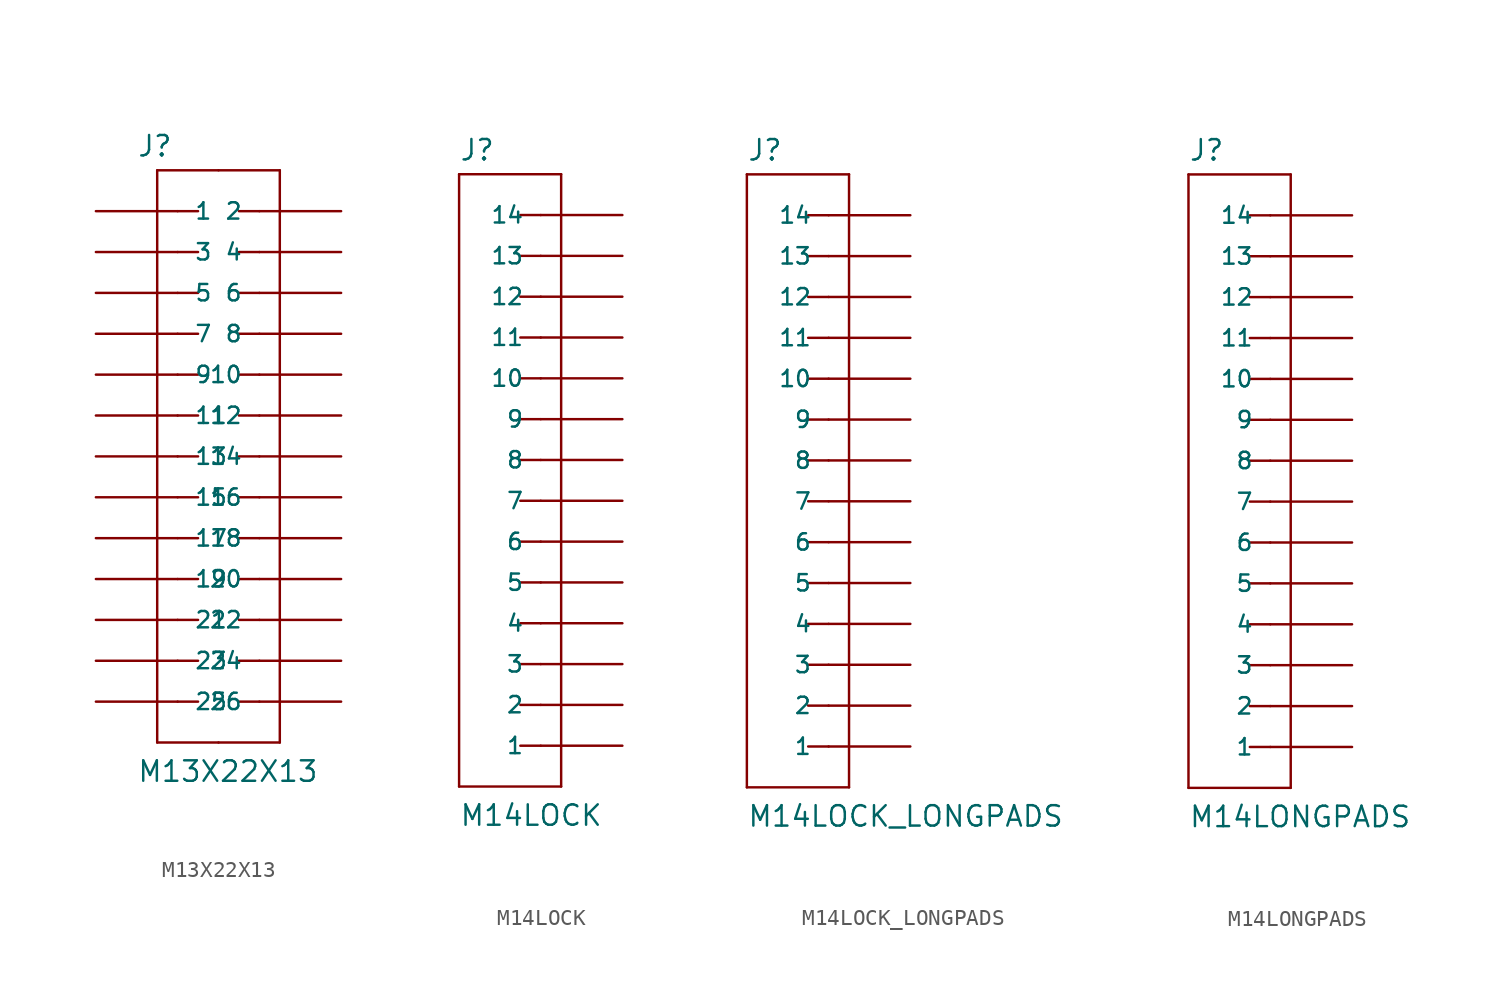
<source format=kicad_sym>
(kicad_symbol_lib
  (version 20211014)
  (generator kicad_symbol_editor)
  (symbol "M13X22X13"
    (pin_numbers hide)
    (pin_names
      (offset 1.016))
    (property "Reference" "J"
      (at -5.08 18.542 0)
      (effects (font (size 1.27 1.27)) (justify left bottom)))
    (property "Value" "M13X22X13"
      (at -5.08 -20.32 0)
      (effects (font (size 1.27 1.27)) (justify left bottom)))
    (property "Datasheet" ""
      (at 0 0 0)
      (effects (font (size 1.524 1.524))))
    (property "ki_locked" ""
      (at 0 0 0)
      (effects (font (size 1.27 1.27))))
    (symbol "M13X22X13_1_0"
      (polyline (pts (xy -3.81 17.78) (xy -3.81 -17.78)) (stroke (width 0) (type default) (color 0 0 0 0)) (fill (type none)))
      (polyline (pts (xy -3.81 17.78) (xy 0 17.78)) (stroke (width 0) (type default) (color 0 0 0 0)) (fill (type none)))
      (polyline (pts (xy -1.27 -15.24) (xy -2.54 -15.24)) (stroke (width 0) (type default) (color 0 0 0 0)) (fill (type none)))
      (polyline (pts (xy -1.27 -12.7) (xy -2.54 -12.7)) (stroke (width 0) (type default) (color 0 0 0 0)) (fill (type none)))
      (polyline (pts (xy -1.27 -10.16) (xy -2.54 -10.16)) (stroke (width 0) (type default) (color 0 0 0 0)) (fill (type none)))
      (polyline (pts (xy -1.27 -7.62) (xy -2.54 -7.62)) (stroke (width 0) (type default) (color 0 0 0 0)) (fill (type none)))
      (polyline (pts (xy -1.27 -5.08) (xy -2.54 -5.08)) (stroke (width 0) (type default) (color 0 0 0 0)) (fill (type none)))
      (polyline (pts (xy -1.27 -2.54) (xy -2.54 -2.54)) (stroke (width 0) (type default) (color 0 0 0 0)) (fill (type none)))
      (polyline (pts (xy -1.27 0) (xy -2.54 0)) (stroke (width 0) (type default) (color 0 0 0 0)) (fill (type none)))
      (polyline (pts (xy -1.27 2.54) (xy -2.54 2.54)) (stroke (width 0) (type default) (color 0 0 0 0)) (fill (type none)))
      (polyline (pts (xy -1.27 5.08) (xy -2.54 5.08)) (stroke (width 0) (type default) (color 0 0 0 0)) (fill (type none)))
      (polyline (pts (xy -1.27 7.62) (xy -2.54 7.62)) (stroke (width 0) (type default) (color 0 0 0 0)) (fill (type none)))
      (polyline (pts (xy -1.27 10.16) (xy -2.54 10.16)) (stroke (width 0) (type default) (color 0 0 0 0)) (fill (type none)))
      (polyline (pts (xy -1.27 12.7) (xy -2.54 12.7)) (stroke (width 0) (type default) (color 0 0 0 0)) (fill (type none)))
      (polyline (pts (xy -1.27 15.24) (xy -2.54 15.24)) (stroke (width 0) (type default) (color 0 0 0 0)) (fill (type none)))
      (polyline (pts (xy 0 -17.78) (xy -3.81 -17.78)) (stroke (width 0) (type default) (color 0 0 0 0)) (fill (type none)))
      (polyline (pts (xy 0 17.78) (xy 3.81 17.78)) (stroke (width 0) (type default) (color 0 0 0 0)) (fill (type none)))
      (polyline (pts (xy 1.27 -15.24) (xy 2.54 -15.24)) (stroke (width 0) (type default) (color 0 0 0 0)) (fill (type none)))
      (polyline (pts (xy 1.27 -12.7) (xy 2.54 -12.7)) (stroke (width 0) (type default) (color 0 0 0 0)) (fill (type none)))
      (polyline (pts (xy 1.27 -10.16) (xy 2.54 -10.16)) (stroke (width 0) (type default) (color 0 0 0 0)) (fill (type none)))
      (polyline (pts (xy 1.27 -7.62) (xy 2.54 -7.62)) (stroke (width 0) (type default) (color 0 0 0 0)) (fill (type none)))
      (polyline (pts (xy 1.27 -5.08) (xy 2.54 -5.08)) (stroke (width 0) (type default) (color 0 0 0 0)) (fill (type none)))
      (polyline (pts (xy 1.27 -2.54) (xy 2.54 -2.54)) (stroke (width 0) (type default) (color 0 0 0 0)) (fill (type none)))
      (polyline (pts (xy 1.27 0) (xy 2.54 0)) (stroke (width 0) (type default) (color 0 0 0 0)) (fill (type none)))
      (polyline (pts (xy 1.27 2.54) (xy 2.54 2.54)) (stroke (width 0) (type default) (color 0 0 0 0)) (fill (type none)))
      (polyline (pts (xy 1.27 5.08) (xy 2.54 5.08)) (stroke (width 0) (type default) (color 0 0 0 0)) (fill (type none)))
      (polyline (pts (xy 1.27 7.62) (xy 2.54 7.62)) (stroke (width 0) (type default) (color 0 0 0 0)) (fill (type none)))
      (polyline (pts (xy 1.27 10.16) (xy 2.54 10.16)) (stroke (width 0) (type default) (color 0 0 0 0)) (fill (type none)))
      (polyline (pts (xy 1.27 12.7) (xy 2.54 12.7)) (stroke (width 0) (type default) (color 0 0 0 0)) (fill (type none)))
      (polyline (pts (xy 1.27 15.24) (xy 2.54 15.24)) (stroke (width 0) (type default) (color 0 0 0 0)) (fill (type none)))
      (polyline (pts (xy 3.81 -17.78) (xy 0 -17.78)) (stroke (width 0) (type default) (color 0 0 0 0)) (fill (type none)))
      (polyline (pts (xy 3.81 -17.78) (xy 3.81 17.78)) (stroke (width 0) (type default) (color 0 0 0 0)) (fill (type none))))
    (symbol "M13X22X13_1_1"
      (pin passive line (at -7.62 15.24 0) (length 5.08) (name "1" (effects (font (size 1.016 1.016)))) (number "1" (effects (font (size 1.016 1.016)))))
      (pin passive line (at 7.62 5.08 180) (length 5.08) (name "10" (effects (font (size 1.016 1.016)))) (number "10" (effects (font (size 1.016 1.016)))))
      (pin passive line (at -7.62 2.54 0) (length 5.08) (name "11" (effects (font (size 1.016 1.016)))) (number "11" (effects (font (size 1.016 1.016)))))
      (pin passive line (at 7.62 2.54 180) (length 5.08) (name "12" (effects (font (size 1.016 1.016)))) (number "12" (effects (font (size 1.016 1.016)))))
      (pin passive line (at -7.62 0 0) (length 5.08) (name "13" (effects (font (size 1.016 1.016)))) (number "13" (effects (font (size 1.016 1.016)))))
      (pin passive line (at 7.62 0 180) (length 5.08) (name "14" (effects (font (size 1.016 1.016)))) (number "14" (effects (font (size 1.016 1.016)))))
      (pin passive line (at -7.62 -2.54 0) (length 5.08) (name "15" (effects (font (size 1.016 1.016)))) (number "15" (effects (font (size 1.016 1.016)))))
      (pin passive line (at 7.62 -2.54 180) (length 5.08) (name "16" (effects (font (size 1.016 1.016)))) (number "16" (effects (font (size 1.016 1.016)))))
      (pin passive line (at -7.62 -5.08 0) (length 5.08) (name "17" (effects (font (size 1.016 1.016)))) (number "17" (effects (font (size 1.016 1.016)))))
      (pin passive line (at 7.62 -5.08 180) (length 5.08) (name "18" (effects (font (size 1.016 1.016)))) (number "18" (effects (font (size 1.016 1.016)))))
      (pin passive line (at -7.62 -7.62 0) (length 5.08) (name "19" (effects (font (size 1.016 1.016)))) (number "19" (effects (font (size 1.016 1.016)))))
      (pin passive line (at 7.62 15.24 180) (length 5.08) (name "2" (effects (font (size 1.016 1.016)))) (number "2" (effects (font (size 1.016 1.016)))))
      (pin passive line (at 7.62 -7.62 180) (length 5.08) (name "20" (effects (font (size 1.016 1.016)))) (number "20" (effects (font (size 1.016 1.016)))))
      (pin passive line (at -7.62 -10.16 0) (length 5.08) (name "21" (effects (font (size 1.016 1.016)))) (number "21" (effects (font (size 1.016 1.016)))))
      (pin passive line (at 7.62 -10.16 180) (length 5.08) (name "22" (effects (font (size 1.016 1.016)))) (number "22" (effects (font (size 1.016 1.016)))))
      (pin passive line (at -7.62 -12.7 0) (length 5.08) (name "23" (effects (font (size 1.016 1.016)))) (number "23" (effects (font (size 1.016 1.016)))))
      (pin passive line (at 7.62 -12.7 180) (length 5.08) (name "24" (effects (font (size 1.016 1.016)))) (number "24" (effects (font (size 1.016 1.016)))))
      (pin passive line (at -7.62 -15.24 0) (length 5.08) (name "25" (effects (font (size 1.016 1.016)))) (number "25" (effects (font (size 1.016 1.016)))))
      (pin passive line (at 7.62 -15.24 180) (length 5.08) (name "26" (effects (font (size 1.016 1.016)))) (number "26" (effects (font (size 1.016 1.016)))))
      (pin passive line (at -7.62 12.7 0) (length 5.08) (name "3" (effects (font (size 1.016 1.016)))) (number "3" (effects (font (size 1.016 1.016)))))
      (pin passive line (at 7.62 12.7 180) (length 5.08) (name "4" (effects (font (size 1.016 1.016)))) (number "4" (effects (font (size 1.016 1.016)))))
      (pin passive line (at -7.62 10.16 0) (length 5.08) (name "5" (effects (font (size 1.016 1.016)))) (number "5" (effects (font (size 1.016 1.016)))))
      (pin passive line (at 7.62 10.16 180) (length 5.08) (name "6" (effects (font (size 1.016 1.016)))) (number "6" (effects (font (size 1.016 1.016)))))
      (pin passive line (at -7.62 7.62 0) (length 5.08) (name "7" (effects (font (size 1.016 1.016)))) (number "7" (effects (font (size 1.016 1.016)))))
      (pin passive line (at 7.62 7.62 180) (length 5.08) (name "8" (effects (font (size 1.016 1.016)))) (number "8" (effects (font (size 1.016 1.016)))))
      (pin passive line (at -7.62 5.08 0) (length 5.08) (name "9" (effects (font (size 1.016 1.016)))) (number "9" (effects (font (size 1.016 1.016)))))))
  (symbol "M14LOCK"
    (pin_numbers hide)
    (pin_names
      (offset 1.016))
    (property "Reference" "J"
      (at 0 18.542 0)
      (effects (font (size 1.27 1.27)) (justify left bottom)))
    (property "Value" "M14LOCK"
      (at 0 -22.86 0)
      (effects (font (size 1.27 1.27)) (justify left bottom)))
    (property "Datasheet" ""
      (at 0 0 0)
      (effects (font (size 1.524 1.524))))
    (property "ki_locked" ""
      (at 0 0 0)
      (effects (font (size 1.27 1.27))))
    (symbol "M14LOCK_1_0"
      (polyline (pts (xy 0 17.78) (xy 0 -20.32)) (stroke (width 0) (type default) (color 0 0 0 0)) (fill (type none)))
      (polyline (pts (xy 0 17.78) (xy 6.35 17.78)) (stroke (width 0) (type default) (color 0 0 0 0)) (fill (type none)))
      (polyline (pts (xy 3.81 -17.78) (xy 5.08 -17.78)) (stroke (width 0) (type default) (color 0 0 0 0)) (fill (type none)))
      (polyline (pts (xy 3.81 -15.24) (xy 5.08 -15.24)) (stroke (width 0) (type default) (color 0 0 0 0)) (fill (type none)))
      (polyline (pts (xy 3.81 -12.7) (xy 5.08 -12.7)) (stroke (width 0) (type default) (color 0 0 0 0)) (fill (type none)))
      (polyline (pts (xy 3.81 -10.16) (xy 5.08 -10.16)) (stroke (width 0) (type default) (color 0 0 0 0)) (fill (type none)))
      (polyline (pts (xy 3.81 -7.62) (xy 5.08 -7.62)) (stroke (width 0) (type default) (color 0 0 0 0)) (fill (type none)))
      (polyline (pts (xy 3.81 -5.08) (xy 5.08 -5.08)) (stroke (width 0) (type default) (color 0 0 0 0)) (fill (type none)))
      (polyline (pts (xy 3.81 -2.54) (xy 5.08 -2.54)) (stroke (width 0) (type default) (color 0 0 0 0)) (fill (type none)))
      (polyline (pts (xy 3.81 0) (xy 5.08 0)) (stroke (width 0) (type default) (color 0 0 0 0)) (fill (type none)))
      (polyline (pts (xy 3.81 2.54) (xy 5.08 2.54)) (stroke (width 0) (type default) (color 0 0 0 0)) (fill (type none)))
      (polyline (pts (xy 3.81 5.08) (xy 5.08 5.08)) (stroke (width 0) (type default) (color 0 0 0 0)) (fill (type none)))
      (polyline (pts (xy 3.81 7.62) (xy 5.08 7.62)) (stroke (width 0) (type default) (color 0 0 0 0)) (fill (type none)))
      (polyline (pts (xy 3.81 10.16) (xy 5.08 10.16)) (stroke (width 0) (type default) (color 0 0 0 0)) (fill (type none)))
      (polyline (pts (xy 3.81 12.7) (xy 5.08 12.7)) (stroke (width 0) (type default) (color 0 0 0 0)) (fill (type none)))
      (polyline (pts (xy 3.81 15.24) (xy 5.08 15.24)) (stroke (width 0) (type default) (color 0 0 0 0)) (fill (type none)))
      (polyline (pts (xy 6.35 -20.32) (xy 0 -20.32)) (stroke (width 0) (type default) (color 0 0 0 0)) (fill (type none)))
      (polyline (pts (xy 6.35 -20.32) (xy 6.35 17.78)) (stroke (width 0) (type default) (color 0 0 0 0)) (fill (type none))))
    (symbol "M14LOCK_1_1"
      (pin passive line (at 10.16 -17.78 180) (length 5.08) (name "1" (effects (font (size 1.016 1.016)))) (number "1" (effects (font (size 1.016 1.016)))))
      (pin passive line (at 10.16 5.08 180) (length 5.08) (name "10" (effects (font (size 1.016 1.016)))) (number "10" (effects (font (size 1.016 1.016)))))
      (pin passive line (at 10.16 7.62 180) (length 5.08) (name "11" (effects (font (size 1.016 1.016)))) (number "11" (effects (font (size 1.016 1.016)))))
      (pin passive line (at 10.16 10.16 180) (length 5.08) (name "12" (effects (font (size 1.016 1.016)))) (number "12" (effects (font (size 1.016 1.016)))))
      (pin passive line (at 10.16 12.7 180) (length 5.08) (name "13" (effects (font (size 1.016 1.016)))) (number "13" (effects (font (size 1.016 1.016)))))
      (pin passive line (at 10.16 15.24 180) (length 5.08) (name "14" (effects (font (size 1.016 1.016)))) (number "14" (effects (font (size 1.016 1.016)))))
      (pin passive line (at 10.16 -15.24 180) (length 5.08) (name "2" (effects (font (size 1.016 1.016)))) (number "2" (effects (font (size 1.016 1.016)))))
      (pin passive line (at 10.16 -12.7 180) (length 5.08) (name "3" (effects (font (size 1.016 1.016)))) (number "3" (effects (font (size 1.016 1.016)))))
      (pin passive line (at 10.16 -10.16 180) (length 5.08) (name "4" (effects (font (size 1.016 1.016)))) (number "4" (effects (font (size 1.016 1.016)))))
      (pin passive line (at 10.16 -7.62 180) (length 5.08) (name "5" (effects (font (size 1.016 1.016)))) (number "5" (effects (font (size 1.016 1.016)))))
      (pin passive line (at 10.16 -5.08 180) (length 5.08) (name "6" (effects (font (size 1.016 1.016)))) (number "6" (effects (font (size 1.016 1.016)))))
      (pin passive line (at 10.16 -2.54 180) (length 5.08) (name "7" (effects (font (size 1.016 1.016)))) (number "7" (effects (font (size 1.016 1.016)))))
      (pin passive line (at 10.16 0 180) (length 5.08) (name "8" (effects (font (size 1.016 1.016)))) (number "8" (effects (font (size 1.016 1.016)))))
      (pin passive line (at 10.16 2.54 180) (length 5.08) (name "9" (effects (font (size 1.016 1.016)))) (number "9" (effects (font (size 1.016 1.016)))))))
  (symbol "M14LOCK_LONGPADS"
    (pin_numbers hide)
    (pin_names
      (offset 1.016))
    (property "Reference" "J"
      (at 0 18.542 0)
      (effects (font (size 1.27 1.27)) (justify left bottom)))
    (property "Value" "M14LOCK_LONGPADS"
      (at 0 -22.86 0)
      (effects (font (size 1.27 1.27)) (justify left bottom)))
    (property "Datasheet" ""
      (at 0 0 0)
      (effects (font (size 1.524 1.524))))
    (property "ki_locked" ""
      (at 0 0 0)
      (effects (font (size 1.27 1.27))))
    (symbol "M14LOCK_LONGPADS_1_0"
      (polyline (pts (xy 0 17.78) (xy 0 -20.32)) (stroke (width 0) (type default) (color 0 0 0 0)) (fill (type none)))
      (polyline (pts (xy 0 17.78) (xy 6.35 17.78)) (stroke (width 0) (type default) (color 0 0 0 0)) (fill (type none)))
      (polyline (pts (xy 3.81 -17.78) (xy 5.08 -17.78)) (stroke (width 0) (type default) (color 0 0 0 0)) (fill (type none)))
      (polyline (pts (xy 3.81 -15.24) (xy 5.08 -15.24)) (stroke (width 0) (type default) (color 0 0 0 0)) (fill (type none)))
      (polyline (pts (xy 3.81 -12.7) (xy 5.08 -12.7)) (stroke (width 0) (type default) (color 0 0 0 0)) (fill (type none)))
      (polyline (pts (xy 3.81 -10.16) (xy 5.08 -10.16)) (stroke (width 0) (type default) (color 0 0 0 0)) (fill (type none)))
      (polyline (pts (xy 3.81 -7.62) (xy 5.08 -7.62)) (stroke (width 0) (type default) (color 0 0 0 0)) (fill (type none)))
      (polyline (pts (xy 3.81 -5.08) (xy 5.08 -5.08)) (stroke (width 0) (type default) (color 0 0 0 0)) (fill (type none)))
      (polyline (pts (xy 3.81 -2.54) (xy 5.08 -2.54)) (stroke (width 0) (type default) (color 0 0 0 0)) (fill (type none)))
      (polyline (pts (xy 3.81 0) (xy 5.08 0)) (stroke (width 0) (type default) (color 0 0 0 0)) (fill (type none)))
      (polyline (pts (xy 3.81 2.54) (xy 5.08 2.54)) (stroke (width 0) (type default) (color 0 0 0 0)) (fill (type none)))
      (polyline (pts (xy 3.81 5.08) (xy 5.08 5.08)) (stroke (width 0) (type default) (color 0 0 0 0)) (fill (type none)))
      (polyline (pts (xy 3.81 7.62) (xy 5.08 7.62)) (stroke (width 0) (type default) (color 0 0 0 0)) (fill (type none)))
      (polyline (pts (xy 3.81 10.16) (xy 5.08 10.16)) (stroke (width 0) (type default) (color 0 0 0 0)) (fill (type none)))
      (polyline (pts (xy 3.81 12.7) (xy 5.08 12.7)) (stroke (width 0) (type default) (color 0 0 0 0)) (fill (type none)))
      (polyline (pts (xy 3.81 15.24) (xy 5.08 15.24)) (stroke (width 0) (type default) (color 0 0 0 0)) (fill (type none)))
      (polyline (pts (xy 6.35 -20.32) (xy 0 -20.32)) (stroke (width 0) (type default) (color 0 0 0 0)) (fill (type none)))
      (polyline (pts (xy 6.35 -20.32) (xy 6.35 17.78)) (stroke (width 0) (type default) (color 0 0 0 0)) (fill (type none))))
    (symbol "M14LOCK_LONGPADS_1_1"
      (pin passive line (at 10.16 -17.78 180) (length 5.08) (name "1" (effects (font (size 1.016 1.016)))) (number "1" (effects (font (size 1.016 1.016)))))
      (pin passive line (at 10.16 5.08 180) (length 5.08) (name "10" (effects (font (size 1.016 1.016)))) (number "10" (effects (font (size 1.016 1.016)))))
      (pin passive line (at 10.16 7.62 180) (length 5.08) (name "11" (effects (font (size 1.016 1.016)))) (number "11" (effects (font (size 1.016 1.016)))))
      (pin passive line (at 10.16 10.16 180) (length 5.08) (name "12" (effects (font (size 1.016 1.016)))) (number "12" (effects (font (size 1.016 1.016)))))
      (pin passive line (at 10.16 12.7 180) (length 5.08) (name "13" (effects (font (size 1.016 1.016)))) (number "13" (effects (font (size 1.016 1.016)))))
      (pin passive line (at 10.16 15.24 180) (length 5.08) (name "14" (effects (font (size 1.016 1.016)))) (number "14" (effects (font (size 1.016 1.016)))))
      (pin passive line (at 10.16 -15.24 180) (length 5.08) (name "2" (effects (font (size 1.016 1.016)))) (number "2" (effects (font (size 1.016 1.016)))))
      (pin passive line (at 10.16 -12.7 180) (length 5.08) (name "3" (effects (font (size 1.016 1.016)))) (number "3" (effects (font (size 1.016 1.016)))))
      (pin passive line (at 10.16 -10.16 180) (length 5.08) (name "4" (effects (font (size 1.016 1.016)))) (number "4" (effects (font (size 1.016 1.016)))))
      (pin passive line (at 10.16 -7.62 180) (length 5.08) (name "5" (effects (font (size 1.016 1.016)))) (number "5" (effects (font (size 1.016 1.016)))))
      (pin passive line (at 10.16 -5.08 180) (length 5.08) (name "6" (effects (font (size 1.016 1.016)))) (number "6" (effects (font (size 1.016 1.016)))))
      (pin passive line (at 10.16 -2.54 180) (length 5.08) (name "7" (effects (font (size 1.016 1.016)))) (number "7" (effects (font (size 1.016 1.016)))))
      (pin passive line (at 10.16 0 180) (length 5.08) (name "8" (effects (font (size 1.016 1.016)))) (number "8" (effects (font (size 1.016 1.016)))))
      (pin passive line (at 10.16 2.54 180) (length 5.08) (name "9" (effects (font (size 1.016 1.016)))) (number "9" (effects (font (size 1.016 1.016)))))))
  (symbol "M14LONGPADS"
    (pin_numbers hide)
    (pin_names
      (offset 1.016))
    (property "Reference" "J"
      (at 0 18.542 0)
      (effects (font (size 1.27 1.27)) (justify left bottom)))
    (property "Value" "M14LONGPADS"
      (at 0 -22.86 0)
      (effects (font (size 1.27 1.27)) (justify left bottom)))
    (property "Datasheet" ""
      (at 0 0 0)
      (effects (font (size 1.524 1.524))))
    (property "ki_locked" ""
      (at 0 0 0)
      (effects (font (size 1.27 1.27))))
    (symbol "M14LONGPADS_1_0"
      (polyline (pts (xy 0 17.78) (xy 0 -20.32)) (stroke (width 0) (type default) (color 0 0 0 0)) (fill (type none)))
      (polyline (pts (xy 0 17.78) (xy 6.35 17.78)) (stroke (width 0) (type default) (color 0 0 0 0)) (fill (type none)))
      (polyline (pts (xy 3.81 -17.78) (xy 5.08 -17.78)) (stroke (width 0) (type default) (color 0 0 0 0)) (fill (type none)))
      (polyline (pts (xy 3.81 -15.24) (xy 5.08 -15.24)) (stroke (width 0) (type default) (color 0 0 0 0)) (fill (type none)))
      (polyline (pts (xy 3.81 -12.7) (xy 5.08 -12.7)) (stroke (width 0) (type default) (color 0 0 0 0)) (fill (type none)))
      (polyline (pts (xy 3.81 -10.16) (xy 5.08 -10.16)) (stroke (width 0) (type default) (color 0 0 0 0)) (fill (type none)))
      (polyline (pts (xy 3.81 -7.62) (xy 5.08 -7.62)) (stroke (width 0) (type default) (color 0 0 0 0)) (fill (type none)))
      (polyline (pts (xy 3.81 -5.08) (xy 5.08 -5.08)) (stroke (width 0) (type default) (color 0 0 0 0)) (fill (type none)))
      (polyline (pts (xy 3.81 -2.54) (xy 5.08 -2.54)) (stroke (width 0) (type default) (color 0 0 0 0)) (fill (type none)))
      (polyline (pts (xy 3.81 0) (xy 5.08 0)) (stroke (width 0) (type default) (color 0 0 0 0)) (fill (type none)))
      (polyline (pts (xy 3.81 2.54) (xy 5.08 2.54)) (stroke (width 0) (type default) (color 0 0 0 0)) (fill (type none)))
      (polyline (pts (xy 3.81 5.08) (xy 5.08 5.08)) (stroke (width 0) (type default) (color 0 0 0 0)) (fill (type none)))
      (polyline (pts (xy 3.81 7.62) (xy 5.08 7.62)) (stroke (width 0) (type default) (color 0 0 0 0)) (fill (type none)))
      (polyline (pts (xy 3.81 10.16) (xy 5.08 10.16)) (stroke (width 0) (type default) (color 0 0 0 0)) (fill (type none)))
      (polyline (pts (xy 3.81 12.7) (xy 5.08 12.7)) (stroke (width 0) (type default) (color 0 0 0 0)) (fill (type none)))
      (polyline (pts (xy 3.81 15.24) (xy 5.08 15.24)) (stroke (width 0) (type default) (color 0 0 0 0)) (fill (type none)))
      (polyline (pts (xy 6.35 -20.32) (xy 0 -20.32)) (stroke (width 0) (type default) (color 0 0 0 0)) (fill (type none)))
      (polyline (pts (xy 6.35 -20.32) (xy 6.35 17.78)) (stroke (width 0) (type default) (color 0 0 0 0)) (fill (type none))))
    (symbol "M14LONGPADS_1_1"
      (pin passive line (at 10.16 -17.78 180) (length 5.08) (name "1" (effects (font (size 1.016 1.016)))) (number "1" (effects (font (size 1.016 1.016)))))
      (pin passive line (at 10.16 5.08 180) (length 5.08) (name "10" (effects (font (size 1.016 1.016)))) (number "10" (effects (font (size 1.016 1.016)))))
      (pin passive line (at 10.16 7.62 180) (length 5.08) (name "11" (effects (font (size 1.016 1.016)))) (number "11" (effects (font (size 1.016 1.016)))))
      (pin passive line (at 10.16 10.16 180) (length 5.08) (name "12" (effects (font (size 1.016 1.016)))) (number "12" (effects (font (size 1.016 1.016)))))
      (pin passive line (at 10.16 12.7 180) (length 5.08) (name "13" (effects (font (size 1.016 1.016)))) (number "13" (effects (font (size 1.016 1.016)))))
      (pin passive line (at 10.16 15.24 180) (length 5.08) (name "14" (effects (font (size 1.016 1.016)))) (number "14" (effects (font (size 1.016 1.016)))))
      (pin passive line (at 10.16 -15.24 180) (length 5.08) (name "2" (effects (font (size 1.016 1.016)))) (number "2" (effects (font (size 1.016 1.016)))))
      (pin passive line (at 10.16 -12.7 180) (length 5.08) (name "3" (effects (font (size 1.016 1.016)))) (number "3" (effects (font (size 1.016 1.016)))))
      (pin passive line (at 10.16 -10.16 180) (length 5.08) (name "4" (effects (font (size 1.016 1.016)))) (number "4" (effects (font (size 1.016 1.016)))))
      (pin passive line (at 10.16 -7.62 180) (length 5.08) (name "5" (effects (font (size 1.016 1.016)))) (number "5" (effects (font (size 1.016 1.016)))))
      (pin passive line (at 10.16 -5.08 180) (length 5.08) (name "6" (effects (font (size 1.016 1.016)))) (number "6" (effects (font (size 1.016 1.016)))))
      (pin passive line (at 10.16 -2.54 180) (length 5.08) (name "7" (effects (font (size 1.016 1.016)))) (number "7" (effects (font (size 1.016 1.016)))))
      (pin passive line (at 10.16 0 180) (length 5.08) (name "8" (effects (font (size 1.016 1.016)))) (number "8" (effects (font (size 1.016 1.016)))))
      (pin passive line (at 10.16 2.54 180) (length 5.08) (name "9" (effects (font (size 1.016 1.016)))) (number "9" (effects (font (size 1.016 1.016))))))))
</source>
